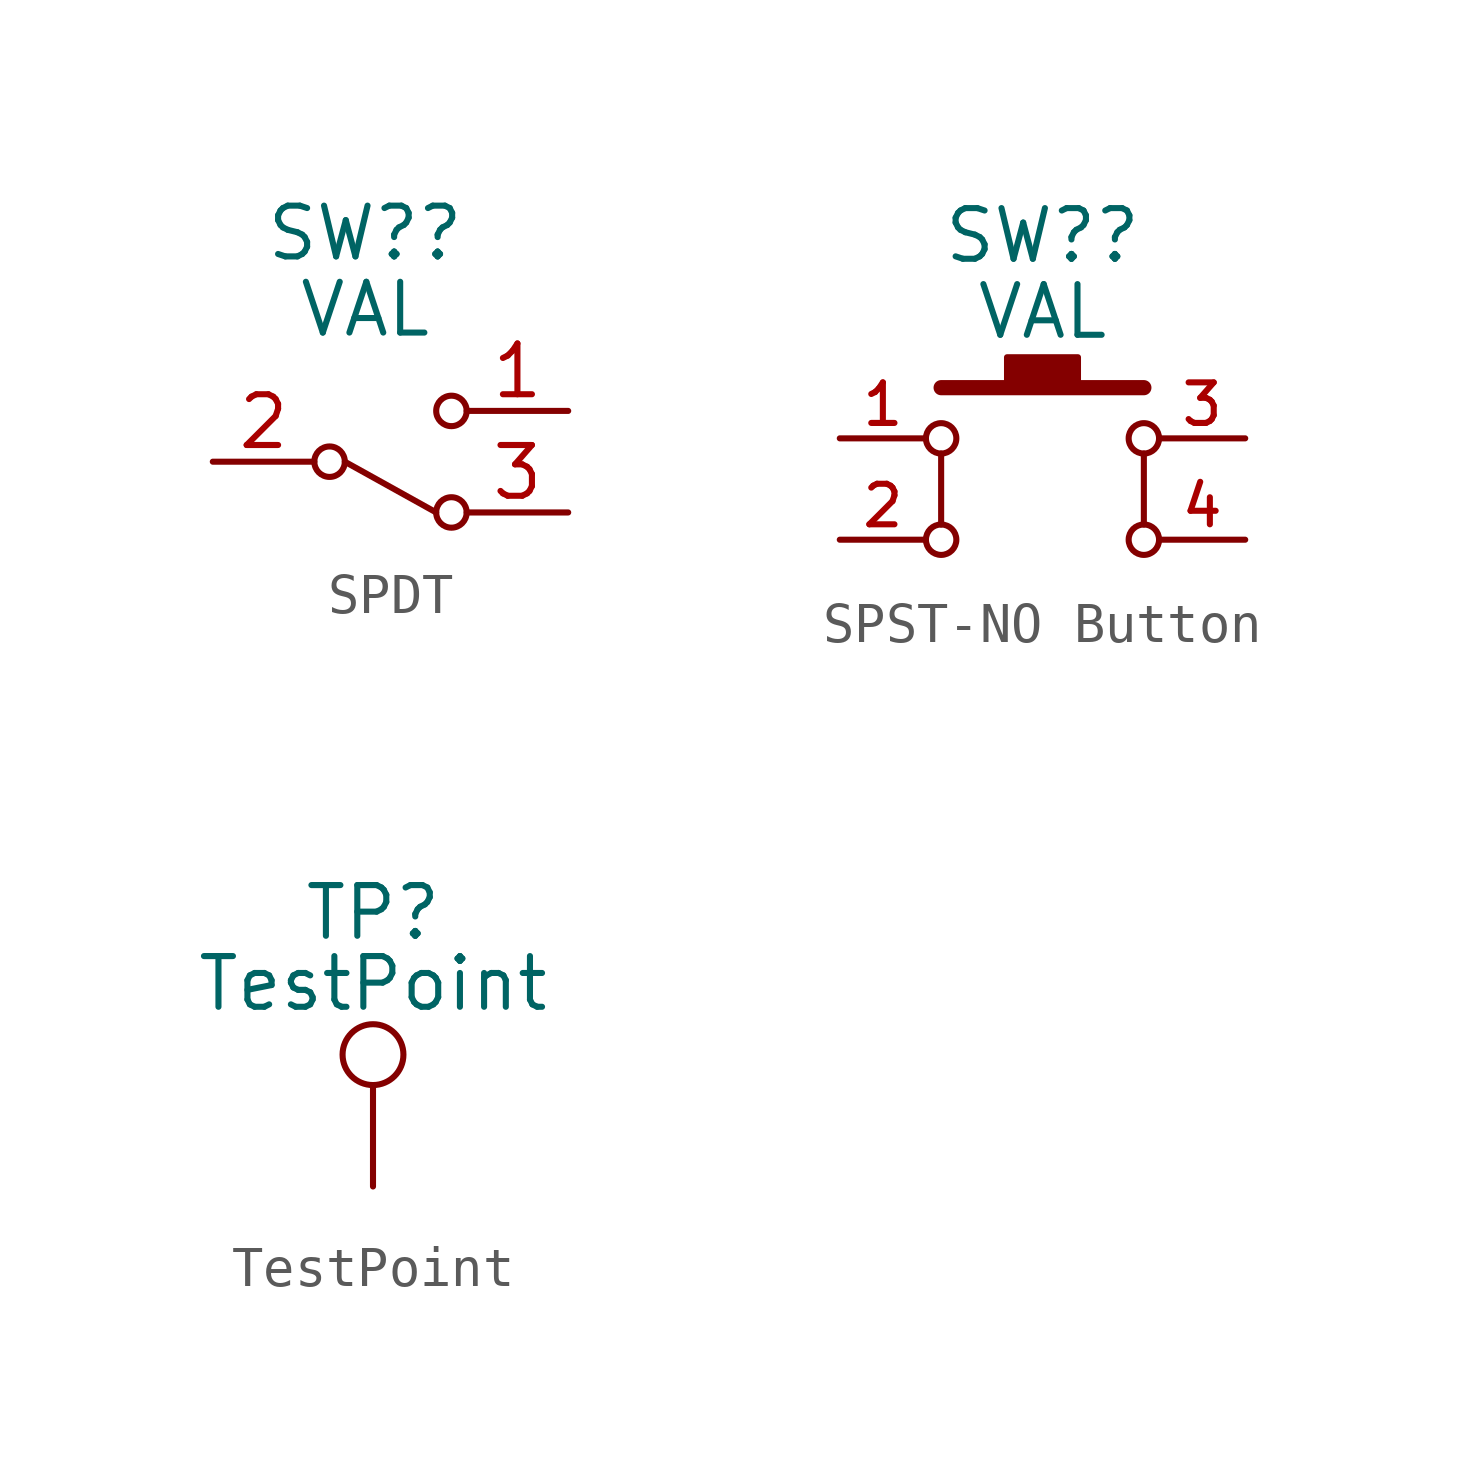
<source format=kicad_sym>
(kicad_symbol_lib
  (version 20231120)
  (generator "kicad_symbol_editor")
  (generator_version "8.0")
  (symbol "SPDT"
    (property "Reference" "SW?"
      (at 0 5.715 0)
      (do_not_autoplace)
      (effects (font (size 1.27 1.27))))
    (property "Value" "VAL"
      (at 0 3.81 0)
      (do_not_autoplace)
      (effects (font (size 1.27 1.27))))
    (symbol "SPDT_0_1"
      (circle (center -0.889 0) (radius 0.381) (stroke (width 0) (type default)) (fill (type none)))
      (polyline (pts (xy -0.508 0) (xy 1.778 -1.27)) (stroke (width 0) (type default)) (fill (type none)))
      (circle (center 2.159 -1.27) (radius 0.381) (stroke (width 0) (type default)) (fill (type none)))
      (circle (center 2.159 1.27) (radius 0.381) (stroke (width 0) (type default)) (fill (type none))))
    (symbol "SPDT_1_0"
      (pin passive line (at 5.08 1.27 180) (length 2.54) (name "" (effects (font (size 1.27 1.27)))) (number "1" (effects (font (size 1.27 1.27)))))
      (pin passive line (at -3.81 0 0) (length 2.54) (name "" (effects (font (size 1.27 1.27)))) (number "2" (effects (font (size 1.27 1.27)))))
      (pin passive line (at 5.08 -1.27 180) (length 2.54) (name "" (effects (font (size 1.27 1.27)))) (number "3" (effects (font (size 1.27 1.27)))))))
  (symbol "SPST-NO Button"
    (pin_names
      (offset 1.016))
    (property "Reference" "SW?"
      (at 0 6.35 0)
      (do_not_autoplace)
      (effects (font (size 1.27 1.27))))
    (property "Value" "VAL"
      (at 0 4.445 0)
      (do_not_autoplace)
      (effects (font (size 1.27 1.27))))
    (symbol "SPST-NO Button_0_0"
      (polyline (pts (xy -2.54 0.889) (xy -2.54 -0.889)) (stroke (width 0) (type default)) (fill (type none)))
      (polyline (pts (xy 2.54 0.889) (xy 2.54 -0.889)) (stroke (width 0) (type default)) (fill (type none))))
    (symbol "SPST-NO Button_0_1"
      (circle (center -2.54 -1.27) (radius 0.381) (stroke (width 0) (type default)) (fill (type none)))
      (circle (center -2.54 1.27) (radius 0.381) (stroke (width 0) (type default)) (fill (type none)))
      (circle (center 2.54 -1.27) (radius 0.381) (stroke (width 0) (type default)) (fill (type none)))
      (circle (center 2.54 1.27) (radius 0.381) (stroke (width 0) (type default)) (fill (type none))))
    (symbol "SPST-NO Button_1_0"
      (rectangle (start -0.889 3.302) (end 0.889 2.54) (stroke (width 0) (type default)) (fill (type outline)))
      (polyline (pts (xy -2.54 2.54) (xy 2.54 2.54)) (stroke (width 0.381) (type default)) (fill (type none)))
      (pin passive line (at -5.08 1.27 0) (length 2.159) (name "" (effects (font (size 1.016 1.016)))) (number "1" (effects (font (size 1.016 1.016)))))
      (pin passive line (at -5.08 -1.27 0) (length 2.159) (name "" (effects (font (size 1.016 1.016)))) (number "2" (effects (font (size 1.016 1.016)))))
      (pin passive line (at 5.08 1.27 180) (length 2.159) (name "" (effects (font (size 1.016 1.016)))) (number "3" (effects (font (size 1.016 1.016)))))
      (pin passive line (at 5.08 -1.27 180) (length 2.159) (name "" (effects (font (size 1.016 1.016)))) (number "4" (effects (font (size 1.016 1.016)))))))
  (symbol "TestPoint"
    (pin_numbers hide)
    (pin_names
      (offset 0.762) hide)
    (property "Reference" "TP"
      (at 0 6.858 0)
      (do_not_autoplace)
      (effects (font (size 1.27 1.27))))
    (property "Value" "TestPoint"
      (at 0 5.08 0)
      (do_not_autoplace)
      (effects (font (size 1.27 1.27))))
    (symbol "TestPoint_0_1"
      (circle (center 0 3.302) (radius 0.762) (stroke (width 0) (type default)) (fill (type none))))
    (symbol "TestPoint_1_1"
      (pin passive line (at 0 0 90) (length 2.54) (name "1" (effects (font (size 1.27 1.27)))) (number "1" (effects (font (size 1.27 1.27))))))))
</source>
